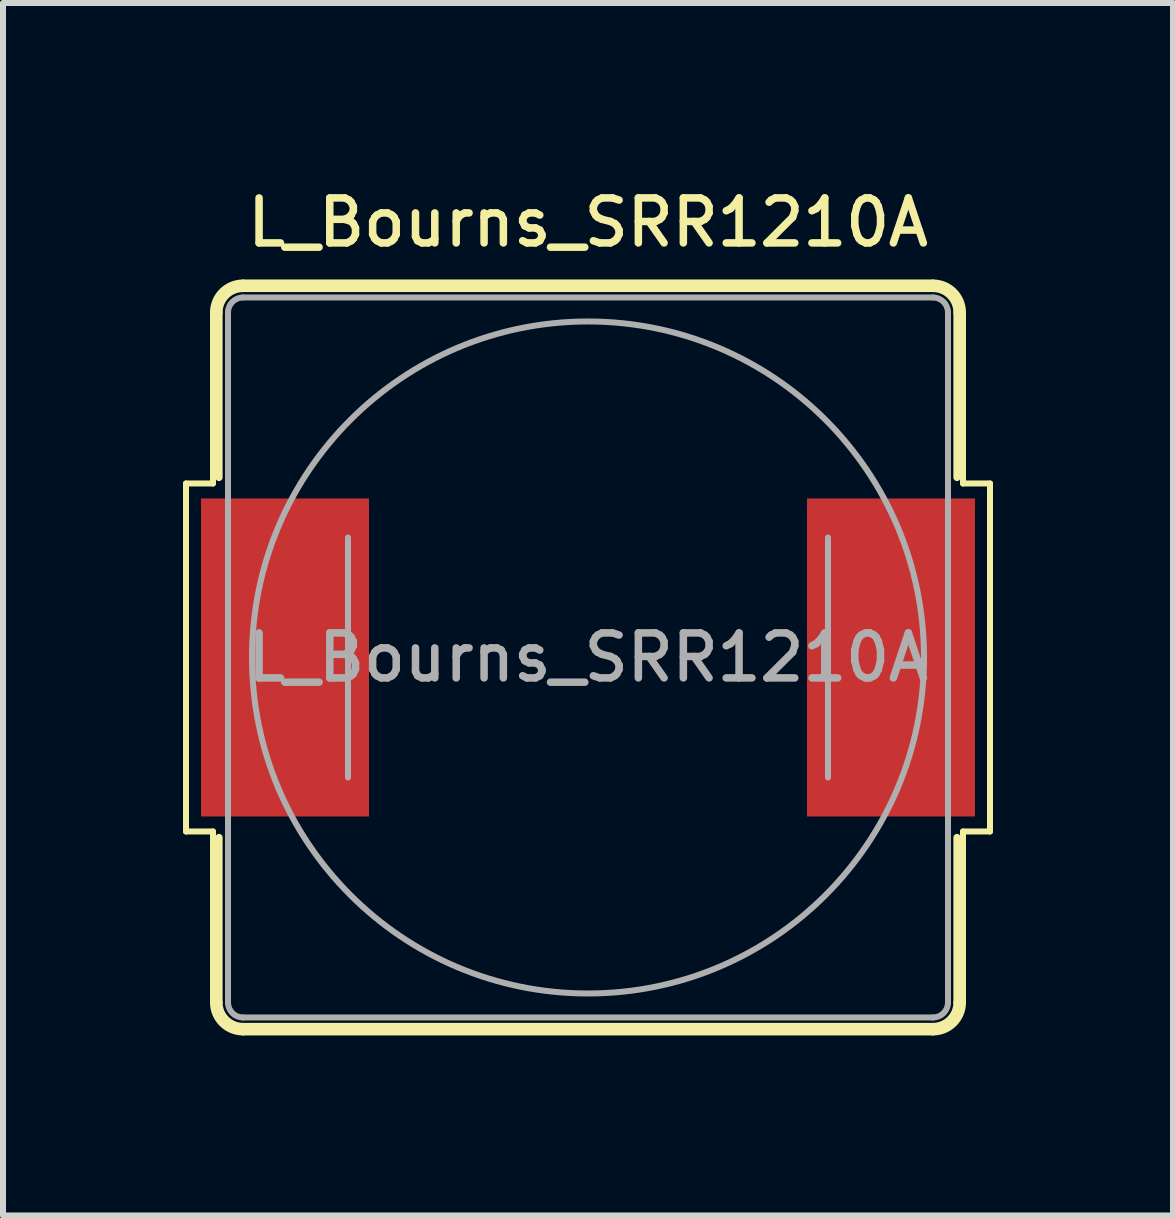
<source format=kicad_pcb>
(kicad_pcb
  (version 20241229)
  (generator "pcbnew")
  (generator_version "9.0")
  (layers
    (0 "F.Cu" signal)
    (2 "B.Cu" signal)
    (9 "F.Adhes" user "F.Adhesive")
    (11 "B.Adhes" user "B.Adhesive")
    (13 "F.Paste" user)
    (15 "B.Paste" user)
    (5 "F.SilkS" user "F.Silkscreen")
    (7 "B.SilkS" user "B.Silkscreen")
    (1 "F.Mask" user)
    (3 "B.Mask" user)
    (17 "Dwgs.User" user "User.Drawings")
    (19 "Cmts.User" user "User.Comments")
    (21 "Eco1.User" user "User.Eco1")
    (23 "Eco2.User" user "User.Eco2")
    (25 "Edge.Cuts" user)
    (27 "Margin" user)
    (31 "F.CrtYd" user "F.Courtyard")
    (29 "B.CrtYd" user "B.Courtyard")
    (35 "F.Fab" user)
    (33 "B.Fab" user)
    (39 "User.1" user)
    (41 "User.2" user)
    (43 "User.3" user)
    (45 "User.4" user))
  (footprint "L_Bourns_SRR1210A"
    (layer "F.Cu")
    (at 6.75 7.908)
    (property "Reference" "L_Bourns_SRR1210A" (at 0 -7.25 0) (layer "F.SilkS") (effects (font (size 0.75 0.75) (thickness 0.125))))
    (attr smd)
    (fp_line (start -6.7 -2.9) (end -6.7 2.9) (stroke (width 0.1) (type solid)) (layer "F.SilkS"))
    (fp_line (start -6.7 -2.9) (end -6.25 -2.9) (stroke (width 0.1) (type solid)) (layer "F.SilkS"))
    (fp_line (start -6.25 -5.75) (end -6.25 -2.9) (stroke (width 0.1) (type solid)) (layer "F.SilkS"))
    (fp_line (start -6.25 2.9) (end -6.7 2.9) (stroke (width 0.1) (type solid)) (layer "F.SilkS"))
    (fp_line (start -6.25 5.75) (end -6.25 2.9) (stroke (width 0.1) (type solid)) (layer "F.SilkS"))
    (fp_line (start -6.15 -5.75) (end -6.15 -3) (stroke (width 0.12) (type solid)) (layer "F.SilkS"))
    (fp_line (start -6.15 3) (end -6.15 5.75) (stroke (width 0.12) (type solid)) (layer "F.SilkS"))
    (fp_line (start -5.75 -6.25) (end 5.75 -6.25) (stroke (width 0.1) (type solid)) (layer "F.SilkS"))
    (fp_line (start -5.75 -6.15) (end 5.75 -6.15) (stroke (width 0.12) (type solid)) (layer "F.SilkS"))
    (fp_line (start 5.75 6.15) (end -5.75 6.15) (stroke (width 0.12) (type solid)) (layer "F.SilkS"))
    (fp_line (start 5.75 6.25) (end -5.75 6.25) (stroke (width 0.1) (type solid)) (layer "F.SilkS"))
    (fp_line (start 6.15 -5.75) (end 6.15 -3) (stroke (width 0.12) (type solid)) (layer "F.SilkS"))
    (fp_line (start 6.15 3) (end 6.15 5.75) (stroke (width 0.12) (type solid)) (layer "F.SilkS"))
    (fp_line (start 6.25 -5.75) (end 6.25 -2.9) (stroke (width 0.1) (type solid)) (layer "F.SilkS"))
    (fp_line (start 6.25 2.9) (end 6.25 5.75) (stroke (width 0.1) (type solid)) (layer "F.SilkS"))
    (fp_line (start 6.7 -2.9) (end 6.25 -2.9) (stroke (width 0.1) (type solid)) (layer "F.SilkS"))
    (fp_line (start 6.7 -2.9) (end 6.7 2.9) (stroke (width 0.1) (type solid)) (layer "F.SilkS"))
    (fp_line (start 6.7 2.9) (end 6.25 2.9) (stroke (width 0.1) (type solid)) (layer "F.SilkS"))
    (fp_arc (start -6.25 -5.75) (mid -6.103553 -6.103553) (end -5.75 -6.25) (stroke (width 0.1) (type solid)) (layer "F.SilkS"))
    (fp_arc (start -6.15 -5.75) (mid -6.032843 -6.032843) (end -5.75 -6.15) (stroke (width 0.12) (type solid)) (layer "F.SilkS"))
    (fp_arc (start -5.75 6.15) (mid -6.032843 6.032843) (end -6.15 5.75) (stroke (width 0.12) (type solid)) (layer "F.SilkS"))
    (fp_arc (start -5.75 6.25) (mid -6.103553 6.103553) (end -6.25 5.75) (stroke (width 0.1) (type solid)) (layer "F.SilkS"))
    (fp_arc (start 5.75 -6.25) (mid 6.103553 -6.103553) (end 6.25 -5.75) (stroke (width 0.1) (type solid)) (layer "F.SilkS"))
    (fp_arc (start 5.75 -6.15) (mid 6.032843 -6.032843) (end 6.15 -5.75) (stroke (width 0.12) (type solid)) (layer "F.SilkS"))
    (fp_arc (start 6.15 5.75) (mid 6.032843 6.032843) (end 5.75 6.15) (stroke (width 0.12) (type solid)) (layer "F.SilkS"))
    (fp_arc (start 6.25 5.75) (mid 6.103553 6.103553) (end 5.75 6.25) (stroke (width 0.1) (type solid)) (layer "F.SilkS"))
    (fp_line (start -6 -5.75) (end -6 5.75) (stroke (width 0.1) (type solid)) (layer "F.Fab"))
    (fp_line (start -5.75 -6) (end 5.75 -6) (stroke (width 0.1) (type solid)) (layer "F.Fab"))
    (fp_line (start -4 2) (end -4 -2) (stroke (width 0.1) (type solid)) (layer "F.Fab"))
    (fp_line (start 4 -2) (end 4 2) (stroke (width 0.1) (type solid)) (layer "F.Fab"))
    (fp_line (start 5.75 6) (end -5.75 6) (stroke (width 0.1) (type solid)) (layer "F.Fab"))
    (fp_line (start 6 -5.75) (end 6 5.75) (stroke (width 0.1) (type solid)) (layer "F.Fab"))
    (fp_arc (start -6 -5.75) (mid -5.926777 -5.926777) (end -5.75 -6) (stroke (width 0.1) (type solid)) (layer "F.Fab"))
    (fp_arc (start -5.75 6) (mid -5.926777 5.926777) (end -6 5.75) (stroke (width 0.1) (type solid)) (layer "F.Fab"))
    (fp_arc (start 5.75 -6) (mid 5.926777 -5.926777) (end 6 -5.75) (stroke (width 0.1) (type solid)) (layer "F.Fab"))
    (fp_arc (start 6 5.75) (mid 5.926777 5.926777) (end 5.75 6) (stroke (width 0.1) (type solid)) (layer "F.Fab"))
    (fp_circle (center 0 0) (end 0 -5.6) (stroke (width 0.1) (type solid)) (fill no) (layer "F.Fab"))
    (fp_text user "${REFERENCE}" (at 0 0 0) (layer "F.Fab") (effects (font (size 0.75 0.75) (thickness 0.125))))
    (pad "1" smd rect (at -5.05 0) (size 2.8 5.3) (layers "F.Cu" "F.Mask" "F.Paste"))
    (pad "2" smd rect (at 5.05 0) (size 2.8 5.3) (layers "F.Cu" "F.Mask" "F.Paste")))
  (gr_rect
    (start -3 -3)
    (end 16.5 17.208)
    (stroke (width 0.1) (type default))
    (fill no)
    (layer "Edge.Cuts")))
</source>
